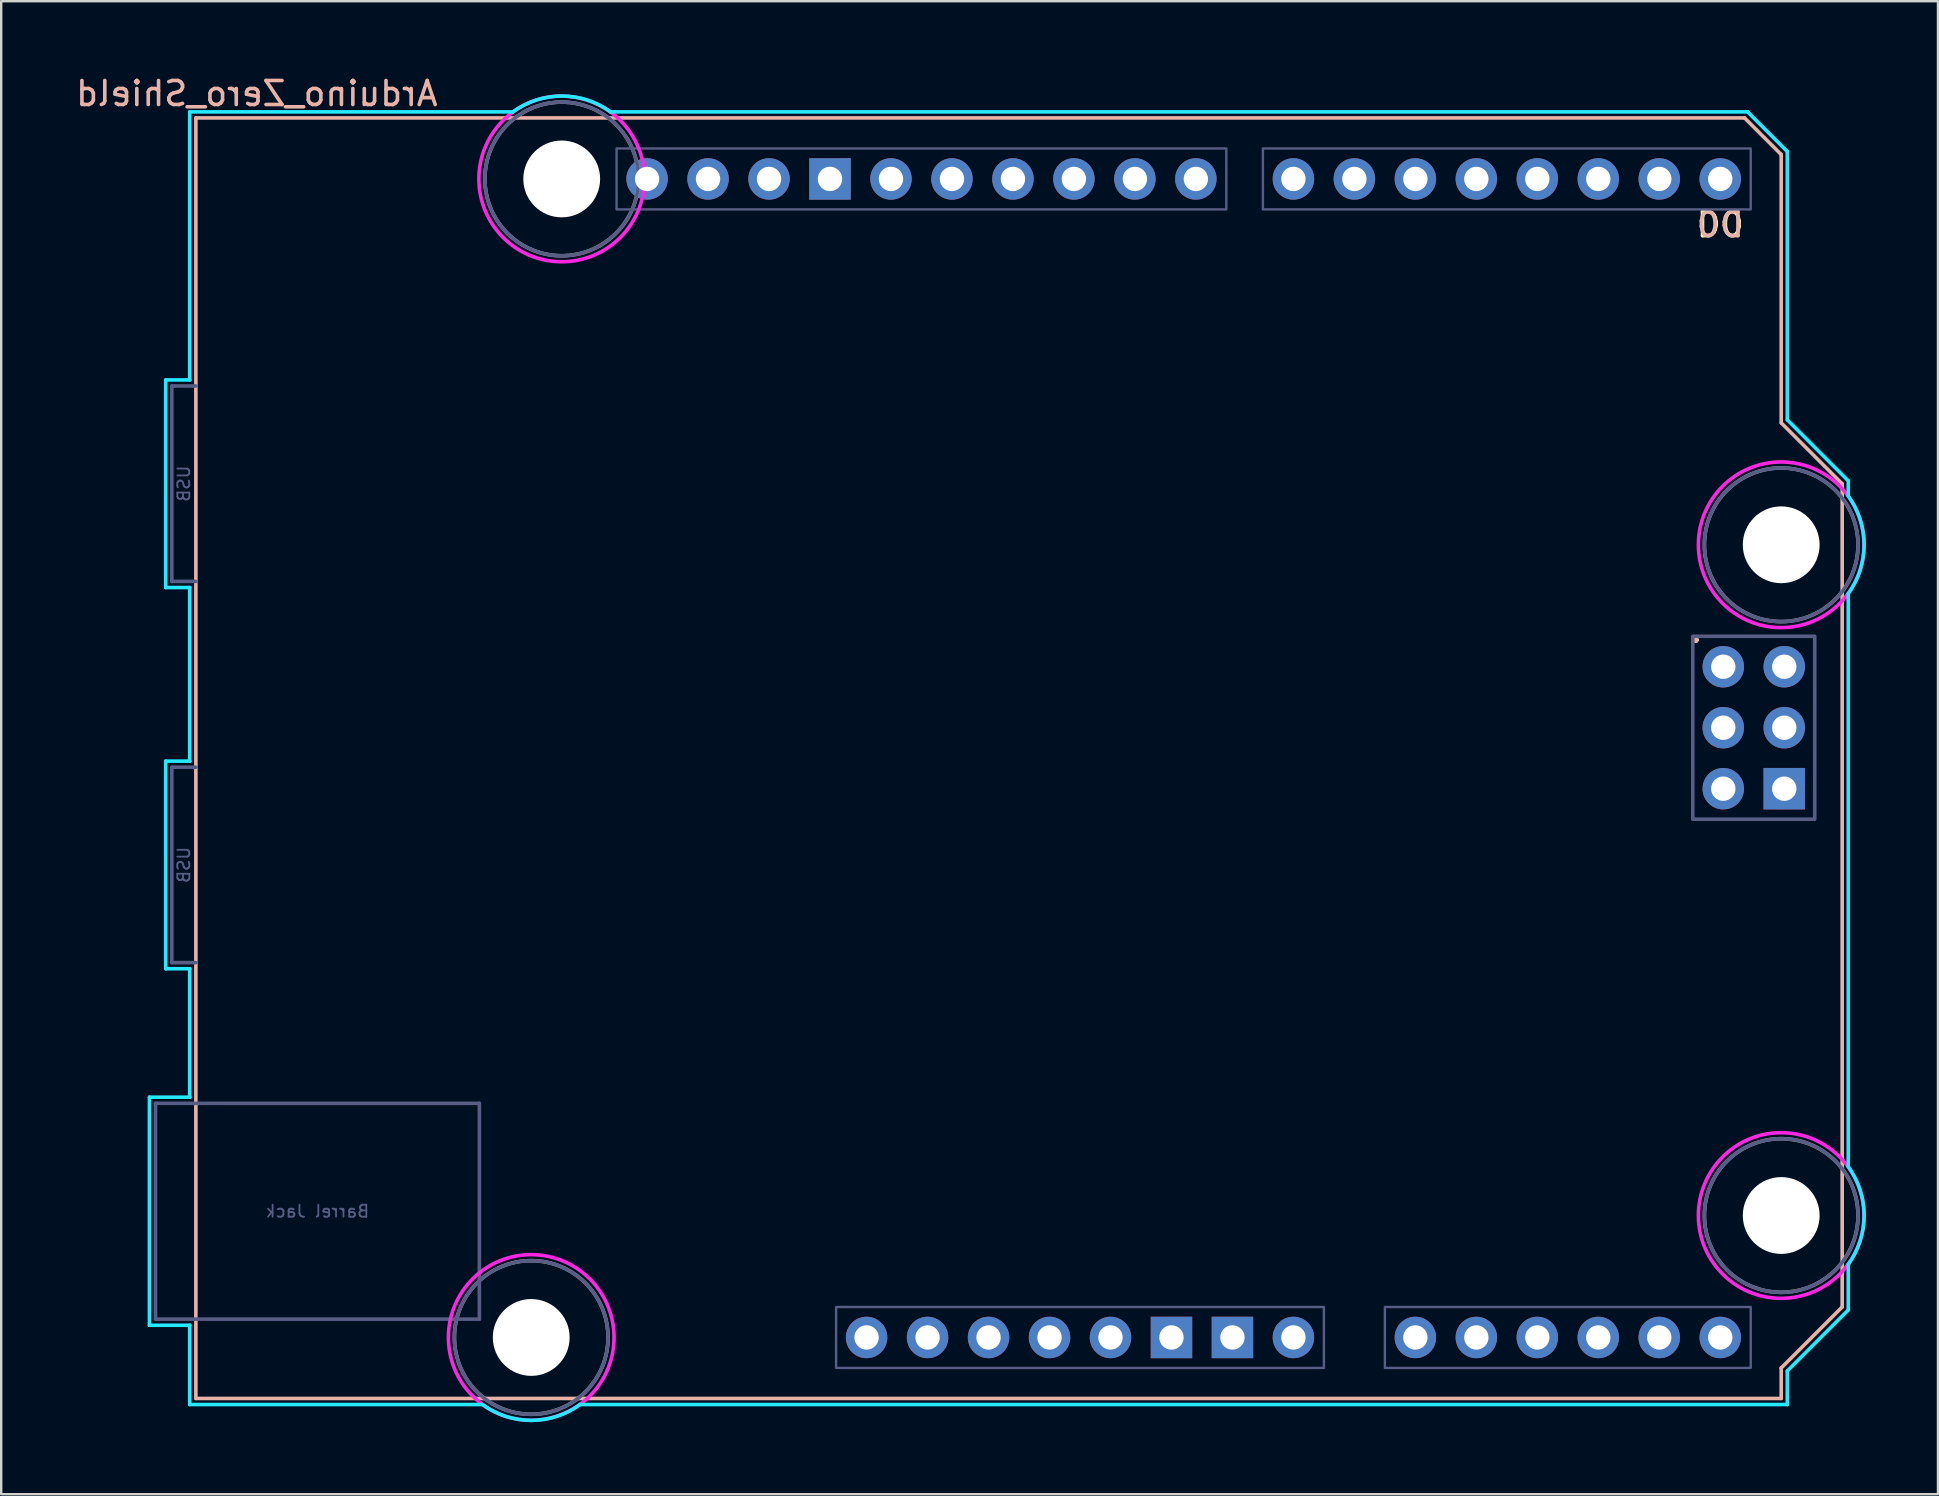
<source format=kicad_pcb>
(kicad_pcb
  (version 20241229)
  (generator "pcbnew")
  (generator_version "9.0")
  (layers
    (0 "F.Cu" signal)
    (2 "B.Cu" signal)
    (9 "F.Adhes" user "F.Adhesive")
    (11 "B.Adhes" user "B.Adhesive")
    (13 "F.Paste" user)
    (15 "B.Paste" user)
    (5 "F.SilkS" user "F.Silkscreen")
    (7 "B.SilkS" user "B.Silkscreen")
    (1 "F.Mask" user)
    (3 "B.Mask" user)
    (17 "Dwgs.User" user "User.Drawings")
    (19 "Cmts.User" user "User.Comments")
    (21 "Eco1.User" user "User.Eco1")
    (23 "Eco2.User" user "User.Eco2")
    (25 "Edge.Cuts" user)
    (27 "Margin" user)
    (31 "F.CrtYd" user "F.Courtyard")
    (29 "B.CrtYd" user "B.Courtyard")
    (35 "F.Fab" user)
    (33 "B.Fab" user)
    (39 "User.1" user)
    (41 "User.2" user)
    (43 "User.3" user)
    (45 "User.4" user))
  (footprint "Arduino_Zero_Shield"
    (layer "F.Cu")
    (at 5.109 55.204)
    (property "Reference" "Arduino_Zero_Shield" (at 2.54 -54.356 0) (layer "B.SilkS") (effects (font (size 1 1) (thickness 0.15)) (justify mirror)))
    (attr through_hole)
    (fp_line (start 0 -53.34) (end 0 0) (stroke (width 0.15) (type solid)) (layer "B.SilkS"))
    (fp_line (start 0 -53.34) (end 64.516 -53.34) (stroke (width 0.15) (type solid)) (layer "B.SilkS"))
    (fp_line (start 0 0) (end 66.04 0) (stroke (width 0.15) (type solid)) (layer "B.SilkS"))
    (fp_line (start 64.516 -53.34) (end 66.04 -51.816) (stroke (width 0.15) (type solid)) (layer "B.SilkS"))
    (fp_line (start 66.04 -40.64) (end 66.04 -51.816) (stroke (width 0.15) (type solid)) (layer "B.SilkS"))
    (fp_line (start 66.04 -1.27) (end 68.58 -3.81) (stroke (width 0.15) (type solid)) (layer "B.SilkS"))
    (fp_line (start 66.04 0) (end 66.04 -1.27) (stroke (width 0.15) (type solid)) (layer "B.SilkS"))
    (fp_line (start 68.58 -38.1) (end 66.04 -40.64) (stroke (width 0.15) (type solid)) (layer "B.SilkS"))
    (fp_line (start 68.58 -3.81) (end 68.58 -38.1) (stroke (width 0.15) (type solid)) (layer "B.SilkS"))
    (fp_line (start -1.934 -12.548) (end -1.934 -3.049) (stroke (width 0.15) (type solid)) (layer "B.CrtYd"))
    (fp_line (start -1.934 -12.548) (end -0.254 -12.548) (stroke (width 0.15) (type solid)) (layer "B.CrtYd"))
    (fp_line (start -1.934 -3.049) (end -0.254 -3.049) (stroke (width 0.15) (type solid)) (layer "B.CrtYd"))
    (fp_line (start -1.254 -42.428) (end -0.254 -42.428) (stroke (width 0.15) (type solid)) (layer "B.CrtYd"))
    (fp_line (start -1.254 -33.78) (end -1.254 -42.428) (stroke (width 0.15) (type solid)) (layer "B.CrtYd"))
    (fp_line (start -1.254 -33.78) (end -0.254 -33.78) (stroke (width 0.15) (type solid)) (layer "B.CrtYd"))
    (fp_line (start -1.254 -26.548) (end -0.254 -26.548) (stroke (width 0.15) (type solid)) (layer "B.CrtYd"))
    (fp_line (start -1.254 -17.9) (end -1.254 -26.548) (stroke (width 0.15) (type solid)) (layer "B.CrtYd"))
    (fp_line (start -1.254 -17.9) (end -0.254 -17.9) (stroke (width 0.15) (type solid)) (layer "B.CrtYd"))
    (fp_line (start -0.254 -53.594) (end -0.254 -42.428) (stroke (width 0.15) (type solid)) (layer "B.CrtYd"))
    (fp_line (start -0.254 -33.78) (end -0.254 -26.548) (stroke (width 0.15) (type solid)) (layer "B.CrtYd"))
    (fp_line (start -0.254 -17.9) (end -0.254 -12.548) (stroke (width 0.15) (type solid)) (layer "B.CrtYd"))
    (fp_line (start -0.254 -3.049) (end -0.254 0.254) (stroke (width 0.15) (type solid)) (layer "B.CrtYd"))
    (fp_line (start 11.938 0.254) (end -0.254 0.254) (stroke (width 0.15) (type solid)) (layer "B.CrtYd"))
    (fp_line (start 13.208 -53.594) (end -0.254 -53.594) (stroke (width 0.15) (type solid)) (layer "B.CrtYd"))
    (fp_line (start 16.002 0.254) (end 66.294 0.254) (stroke (width 0.15) (type solid)) (layer "B.CrtYd"))
    (fp_line (start 17.272 -53.594) (end 64.643 -53.594) (stroke (width 0.15) (type solid)) (layer "B.CrtYd"))
    (fp_line (start 64.643 -53.594) (end 66.294 -51.943) (stroke (width 0.15) (type solid)) (layer "B.CrtYd"))
    (fp_line (start 66.294 -40.767) (end 66.294 -51.943) (stroke (width 0.15) (type solid)) (layer "B.CrtYd"))
    (fp_line (start 66.294 -1.143) (end 68.834 -3.683) (stroke (width 0.15) (type solid)) (layer "B.CrtYd"))
    (fp_line (start 66.294 0.254) (end 66.294 -1.143) (stroke (width 0.15) (type solid)) (layer "B.CrtYd"))
    (fp_line (start 68.834 -38.227) (end 66.294 -40.767) (stroke (width 0.15) (type solid)) (layer "B.CrtYd"))
    (fp_line (start 68.834 -38.227) (end 68.834 -37.592) (stroke (width 0.15) (type solid)) (layer "B.CrtYd"))
    (fp_line (start 68.834 -9.652) (end 68.834 -33.528) (stroke (width 0.15) (type solid)) (layer "B.CrtYd"))
    (fp_line (start 68.834 -5.588) (end 68.834 -3.683) (stroke (width 0.15) (type solid)) (layer "B.CrtYd"))
    (fp_arc (start 13.208 -53.594) (mid 15.24 -54.254237) (end 17.272 -53.594) (stroke (width 0.15) (type solid)) (layer "B.CrtYd"))
    (fp_arc (start 16.002 0.254) (mid 13.97 0.914237) (end 11.938 0.254) (stroke (width 0.15) (type solid)) (layer "B.CrtYd"))
    (fp_arc (start 68.834 -37.592) (mid 69.494237 -35.56) (end 68.834 -33.528) (stroke (width 0.15) (type solid)) (layer "B.CrtYd"))
    (fp_arc (start 68.834 -9.652) (mid 69.494237 -7.62) (end 68.834 -5.588) (stroke (width 0.15) (type solid)) (layer "B.CrtYd"))
    (fp_circle (center 13.97 -2.54) (end 17.42 -2.54) (stroke (width 0.15) (type solid)) (fill no) (layer "F.CrtYd"))
    (fp_circle (center 15.24 -50.8) (end 18.69 -50.8) (stroke (width 0.15) (type solid)) (fill no) (layer "F.CrtYd"))
    (fp_circle (center 66.04 -35.56) (end 69.49 -35.56) (stroke (width 0.15) (type solid)) (fill no) (layer "F.CrtYd"))
    (fp_circle (center 66.04 -7.62) (end 69.49 -7.62) (stroke (width 0.15) (type solid)) (fill no) (layer "F.CrtYd"))
    (fp_line (start -1.68 -12.294) (end -1.68 -3.303) (stroke (width 0.15) (type solid)) (layer "B.Fab"))
    (fp_line (start -1.68 -12.294) (end 11.81 -12.294) (stroke (width 0.15) (type solid)) (layer "B.Fab"))
    (fp_line (start -1.68 -3.303) (end 11.81 -3.303) (stroke (width 0.15) (type solid)) (layer "B.Fab"))
    (fp_line (start -1 -42.174) (end 0 -42.174) (stroke (width 0.15) (type solid)) (layer "B.Fab"))
    (fp_line (start -1 -34.034) (end -1 -42.174) (stroke (width 0.15) (type solid)) (layer "B.Fab"))
    (fp_line (start -1 -26.294) (end 0 -26.294) (stroke (width 0.15) (type solid)) (layer "B.Fab"))
    (fp_line (start -1 -18.154) (end -1 -26.294) (stroke (width 0.15) (type solid)) (layer "B.Fab"))
    (fp_line (start 0 -34.034) (end -1 -34.034) (stroke (width 0.15) (type solid)) (layer "B.Fab"))
    (fp_line (start 0 -18.154) (end -1 -18.154) (stroke (width 0.15) (type solid)) (layer "B.Fab"))
    (fp_line (start 11.81 -12.294) (end 11.81 -3.303) (stroke (width 0.15) (type solid)) (layer "B.Fab"))
    (fp_rect (start 17.526 -52.07) (end 42.926 -49.53) (stroke (width 0.1) (type solid)) (fill no) (layer "B.Fab"))
    (fp_rect (start 26.67 -3.81) (end 46.99 -1.27) (stroke (width 0.1) (type solid)) (fill no) (layer "B.Fab"))
    (fp_rect (start 44.45 -52.07) (end 64.77 -49.53) (stroke (width 0.1) (type solid)) (fill no) (layer "B.Fab"))
    (fp_rect (start 49.53 -3.81) (end 64.77 -1.27) (stroke (width 0.1) (type solid)) (fill no) (layer "B.Fab"))
    (fp_rect (start 62.357 -31.75) (end 67.437 -24.13) (stroke (width 0.15) (type solid)) (fill no) (layer "B.Fab"))
    (fp_circle (center 13.97 -2.54) (end 17.17 -2.54) (stroke (width 0.15) (type solid)) (fill no) (layer "B.Fab"))
    (fp_circle (center 15.24 -50.8) (end 18.44 -50.8) (stroke (width 0.15) (type solid)) (fill no) (layer "B.Fab"))
    (fp_circle (center 66.04 -35.56) (end 69.24 -35.56) (stroke (width 0.15) (type solid)) (fill no) (layer "B.Fab"))
    (fp_circle (center 66.04 -7.62) (end 69.24 -7.62) (stroke (width 0.15) (type solid)) (fill no) (layer "B.Fab"))
    (fp_circle (center 13.97 -2.54) (end 17.17 -2.54) (stroke (width 0.15) (type solid)) (fill no) (layer "F.Fab"))
    (fp_circle (center 15.24 -50.8) (end 18.44 -50.8) (stroke (width 0.15) (type solid)) (fill no) (layer "F.Fab"))
    (fp_circle (center 66.04 -35.56) (end 69.24 -35.56) (stroke (width 0.15) (type solid)) (fill no) (layer "F.Fab"))
    (fp_circle (center 66.04 -7.62) (end 69.24 -7.62) (stroke (width 0.15) (type solid)) (fill no) (layer "F.Fab"))
    (fp_text user "D0" (at 63.5 -48.895 0) (unlocked yes) (layer "F.SilkS") (effects (font (size 1 1) (thickness 0.15))))
    (fp_text user "." (at 62.484 -32.004 0) (layer "F.SilkS") (effects (font (size 1 1) (thickness 0.15)) (justify mirror)))
    (fp_text user "." (at 62.484 -32.004 0) (layer "B.SilkS") (effects (font (size 1 1) (thickness 0.15)) (justify mirror)))
    (fp_text user "D0" (at 63.5 -48.895 0) (unlocked yes) (layer "B.SilkS") (effects (font (size 1 1) (thickness 0.15)) (justify mirror)))
    (fp_text user "USB" (at -0.5 -22.224 270) (layer "B.Fab") (effects (font (size 0.5 0.5) (thickness 0.075)) (justify mirror)))
    (fp_text user "USB" (at -0.5 -38.104 270) (layer "B.Fab") (effects (font (size 0.5 0.5) (thickness 0.075)) (justify mirror)))
    (fp_text user "Barrel Jack" (at 5.065 -7.798 0) (layer "B.Fab") (effects (font (size 0.5 0.5) (thickness 0.075)) (justify mirror)))
    (pad "" np_thru_hole circle (at 13.97 -2.54) (size 3.2 3.2) (drill 3.2) (layers "*.Cu" "*.Mask"))
    (pad "" np_thru_hole circle (at 15.24 -50.8) (size 3.2 3.2) (drill 3.2) (layers "*.Cu" "*.Mask"))
    (pad "" np_thru_hole circle (at 66.04 -35.56) (size 3.2 3.2) (drill 3.2) (layers "*.Cu" "*.Mask"))
    (pad "" np_thru_hole circle (at 66.04 -7.62) (size 3.2 3.2) (drill 3.2) (layers "*.Cu" "*.Mask"))
    (pad "3V3" thru_hole oval (at 35.56 -2.54) (size 1.727 1.727) (drill 1.016) (layers "*.Cu" "*.Mask"))
    (pad "5V1" thru_hole oval (at 38.1 -2.54) (size 1.727 1.727) (drill 1.016) (layers "*.Cu" "*.Mask"))
    (pad "5V2" thru_hole oval (at 66.167 -30.48) (size 1.727 1.727) (drill 1.016) (layers "*.Cu" "*.Mask"))
    (pad "A0" thru_hole oval (at 50.8 -2.54) (size 1.727 1.727) (drill 1.016) (layers "*.Cu" "*.Mask"))
    (pad "A1" thru_hole oval (at 53.34 -2.54) (size 1.727 1.727) (drill 1.016) (layers "*.Cu" "*.Mask"))
    (pad "A2" thru_hole oval (at 55.88 -2.54) (size 1.727 1.727) (drill 1.016) (layers "*.Cu" "*.Mask"))
    (pad "A3" thru_hole oval (at 58.42 -2.54) (size 1.727 1.727) (drill 1.016) (layers "*.Cu" "*.Mask"))
    (pad "A4" thru_hole oval (at 60.96 -2.54) (size 1.727 1.727) (drill 1.016) (layers "*.Cu" "*.Mask"))
    (pad "A5" thru_hole oval (at 63.5 -2.54) (size 1.727 1.727) (drill 1.016) (layers "*.Cu" "*.Mask"))
    (pad "AREF" thru_hole oval (at 23.876 -50.8) (size 1.727 1.727) (drill 1.016) (layers "*.Cu" "*.Mask"))
    (pad "ATN" thru_hole oval (at 27.94 -2.54) (size 1.727 1.727) (drill 1.016) (layers "*.Cu" "*.Mask"))
    (pad "D0" thru_hole oval (at 63.5 -50.8) (size 1.727 1.727) (drill 1.016) (layers "*.Cu" "*.Mask"))
    (pad "D1" thru_hole oval (at 60.96 -50.8) (size 1.727 1.727) (drill 1.016) (layers "*.Cu" "*.Mask"))
    (pad "D2" thru_hole oval (at 58.42 -50.8) (size 1.727 1.727) (drill 1.016) (layers "*.Cu" "*.Mask"))
    (pad "D3" thru_hole oval (at 55.88 -50.8) (size 1.727 1.727) (drill 1.016) (layers "*.Cu" "*.Mask"))
    (pad "D4" thru_hole oval (at 53.34 -50.8) (size 1.727 1.727) (drill 1.016) (layers "*.Cu" "*.Mask"))
    (pad "D5" thru_hole oval (at 50.8 -50.8) (size 1.727 1.727) (drill 1.016) (layers "*.Cu" "*.Mask"))
    (pad "D6" thru_hole oval (at 48.26 -50.8) (size 1.727 1.727) (drill 1.016) (layers "*.Cu" "*.Mask"))
    (pad "D7" thru_hole oval (at 45.72 -50.8) (size 1.727 1.727) (drill 1.016) (layers "*.Cu" "*.Mask"))
    (pad "D8" thru_hole oval (at 41.656 -50.8) (size 1.727 1.727) (drill 1.016) (layers "*.Cu" "*.Mask"))
    (pad "D9" thru_hole oval (at 39.116 -50.8) (size 1.727 1.727) (drill 1.016) (layers "*.Cu" "*.Mask"))
    (pad "D10" thru_hole oval (at 36.576 -50.8) (size 1.727 1.727) (drill 1.016) (layers "*.Cu" "*.Mask"))
    (pad "D11" thru_hole oval (at 34.036 -50.8) (size 1.727 1.727) (drill 1.016) (layers "*.Cu" "*.Mask"))
    (pad "D12" thru_hole oval (at 31.496 -50.8) (size 1.727 1.727) (drill 1.016) (layers "*.Cu" "*.Mask"))
    (pad "D13" thru_hole oval (at 28.956 -50.8) (size 1.727 1.727) (drill 1.016) (layers "*.Cu" "*.Mask"))
    (pad "GND1" thru_hole rect (at 26.416 -50.8) (size 1.727 1.727) (drill 1.016) (layers "*.Cu" "*.Mask"))
    (pad "GND2" thru_hole rect (at 40.64 -2.54) (size 1.727 1.727) (drill 1.016) (layers "*.Cu" "*.Mask"))
    (pad "GND3" thru_hole rect (at 43.18 -2.54) (size 1.727 1.727) (drill 1.016) (layers "*.Cu" "*.Mask"))
    (pad "GND4" thru_hole rect (at 66.167 -25.4) (size 1.727 1.727) (drill 1.016) (layers "*.Cu" "*.Mask"))
    (pad "IORF" thru_hole oval (at 30.48 -2.54) (size 1.727 1.727) (drill 1.016) (layers "*.Cu" "*.Mask"))
    (pad "MISO" thru_hole oval (at 63.627 -30.48) (size 1.727 1.727) (drill 1.016) (layers "*.Cu" "*.Mask"))
    (pad "MOSI" thru_hole oval (at 66.167 -27.94) (size 1.727 1.727) (drill 1.016) (layers "*.Cu" "*.Mask"))
    (pad "RST1" thru_hole oval (at 33.02 -2.54) (size 1.727 1.727) (drill 1.016) (layers "*.Cu" "*.Mask"))
    (pad "RST2" thru_hole oval (at 63.627 -25.4) (size 1.727 1.727) (drill 1.016) (layers "*.Cu" "*.Mask"))
    (pad "SCK" thru_hole oval (at 63.627 -27.94) (size 1.727 1.727) (drill 1.016) (layers "*.Cu" "*.Mask"))
    (pad "SCL" thru_hole oval (at 18.796 -50.8) (size 1.727 1.727) (drill 1.016) (layers "*.Cu" "*.Mask"))
    (pad "SDA" thru_hole oval (at 21.336 -50.8) (size 1.727 1.727) (drill 1.016) (layers "*.Cu" "*.Mask"))
    (pad "VIN" thru_hole oval (at 45.72 -2.54) (size 1.727 1.727) (drill 1.016) (layers "*.Cu" "*.Mask")))
  (gr_rect
    (start -3 -3)
    (end 77.678 59.193)
    (stroke (width 0.1) (type default))
    (fill no)
    (layer "Edge.Cuts")))
</source>
